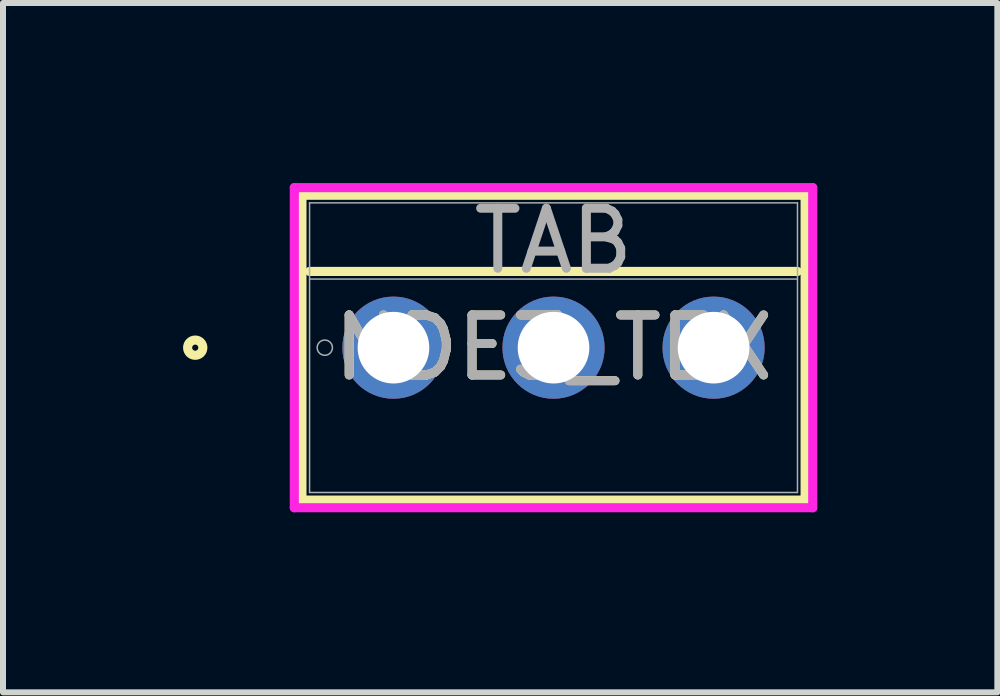
<source format=kicad_pcb>
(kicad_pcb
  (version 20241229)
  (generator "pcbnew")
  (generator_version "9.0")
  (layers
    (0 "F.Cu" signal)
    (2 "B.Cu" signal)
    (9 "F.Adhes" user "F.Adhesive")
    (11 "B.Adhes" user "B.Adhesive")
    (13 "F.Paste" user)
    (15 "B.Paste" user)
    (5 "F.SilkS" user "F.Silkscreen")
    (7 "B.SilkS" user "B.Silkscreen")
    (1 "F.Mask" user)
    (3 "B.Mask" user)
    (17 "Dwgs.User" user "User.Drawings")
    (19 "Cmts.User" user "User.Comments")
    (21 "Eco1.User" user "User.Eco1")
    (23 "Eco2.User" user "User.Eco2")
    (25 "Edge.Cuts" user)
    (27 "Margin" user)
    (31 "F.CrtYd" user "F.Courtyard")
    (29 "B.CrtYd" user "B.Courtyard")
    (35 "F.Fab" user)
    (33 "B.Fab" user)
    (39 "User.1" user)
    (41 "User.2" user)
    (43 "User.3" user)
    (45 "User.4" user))
  (footprint "NDE3_TEX"
    (layer "F.Cu")
    (at 3.506 2.743)
    (property "Reference" "NDE3_TEX" (at 2.667 0 0) (unlocked yes) (layer "F.SilkS") (effects (font (size 1 1) (thickness 0.15))))
    (attr through_hole)
    (fp_line (start -1.525 -2.54) (end -1.525 2.54) (stroke (width 0.152) (type solid)) (layer "F.SilkS"))
    (fp_line (start -1.525 2.54) (end 6.859 2.54) (stroke (width 0.152) (type solid)) (layer "F.SilkS"))
    (fp_line (start -1.398 -1.27) (end 6.732 -1.27) (stroke (width 0.152) (type solid)) (layer "F.SilkS"))
    (fp_line (start 6.859 -2.54) (end -1.525 -2.54) (stroke (width 0.152) (type solid)) (layer "F.SilkS"))
    (fp_line (start 6.859 2.54) (end 6.859 -2.54) (stroke (width 0.152) (type solid)) (layer "F.SilkS"))
    (fp_circle (center -3.303 0) (end -3.176 0) (stroke (width 0.152) (type solid)) (fill no) (layer "F.SilkS"))
    (fp_line (start -1.652 -2.667) (end -1.652 2.667) (stroke (width 0.152) (type solid)) (layer "F.CrtYd"))
    (fp_line (start -1.652 2.667) (end 6.986 2.667) (stroke (width 0.152) (type solid)) (layer "F.CrtYd"))
    (fp_line (start 6.986 -2.667) (end -1.652 -2.667) (stroke (width 0.152) (type solid)) (layer "F.CrtYd"))
    (fp_line (start 6.986 2.667) (end 6.986 -2.667) (stroke (width 0.152) (type solid)) (layer "F.CrtYd"))
    (fp_line (start -1.398 -2.413) (end -1.398 2.413) (stroke (width 0.025) (type solid)) (layer "F.Fab"))
    (fp_line (start -1.398 2.413) (end 6.732 2.413) (stroke (width 0.025) (type solid)) (layer "F.Fab"))
    (fp_line (start -1.398 -1.143) (end 6.732 -1.143) (stroke (width 0.025) (type solid)) (layer "F.Fab"))
    (fp_line (start 6.732 -2.413) (end -1.398 -2.413) (stroke (width 0.025) (type solid)) (layer "F.Fab"))
    (fp_line (start 6.732 2.413) (end 6.732 -2.413) (stroke (width 0.025) (type solid)) (layer "F.Fab"))
    (fp_circle (center -1.144 0) (end -1.017 0) (stroke (width 0.025) (type solid)) (fill no) (layer "F.Fab"))
    (fp_text user "${REFERENCE}" (at 2.667 0 0) (unlocked yes) (layer "F.Fab") (effects (font (size 1 1) (thickness 0.15))))
    (fp_text user "TAB" (at 2.667 -1.778 0) (unlocked yes) (layer "F.Fab") (effects (font (size 1 1) (thickness 0.15))))
    (pad "1" thru_hole circle (at 0 0) (size 1.702 1.702) (drill 1.194) (layers "*.Cu" "*.Mask"))
    (pad "2" thru_hole circle (at 2.667 0) (size 1.702 1.702) (drill 1.194) (layers "*.Cu" "*.Mask"))
    (pad "3" thru_hole circle (at 5.334 0) (size 1.702 1.702) (drill 1.194) (layers "*.Cu" "*.Mask")))
  (gr_rect
    (start -3 -3)
    (end 13.568 8.486)
    (stroke (width 0.1) (type default))
    (fill no)
    (layer "Edge.Cuts")))
</source>
